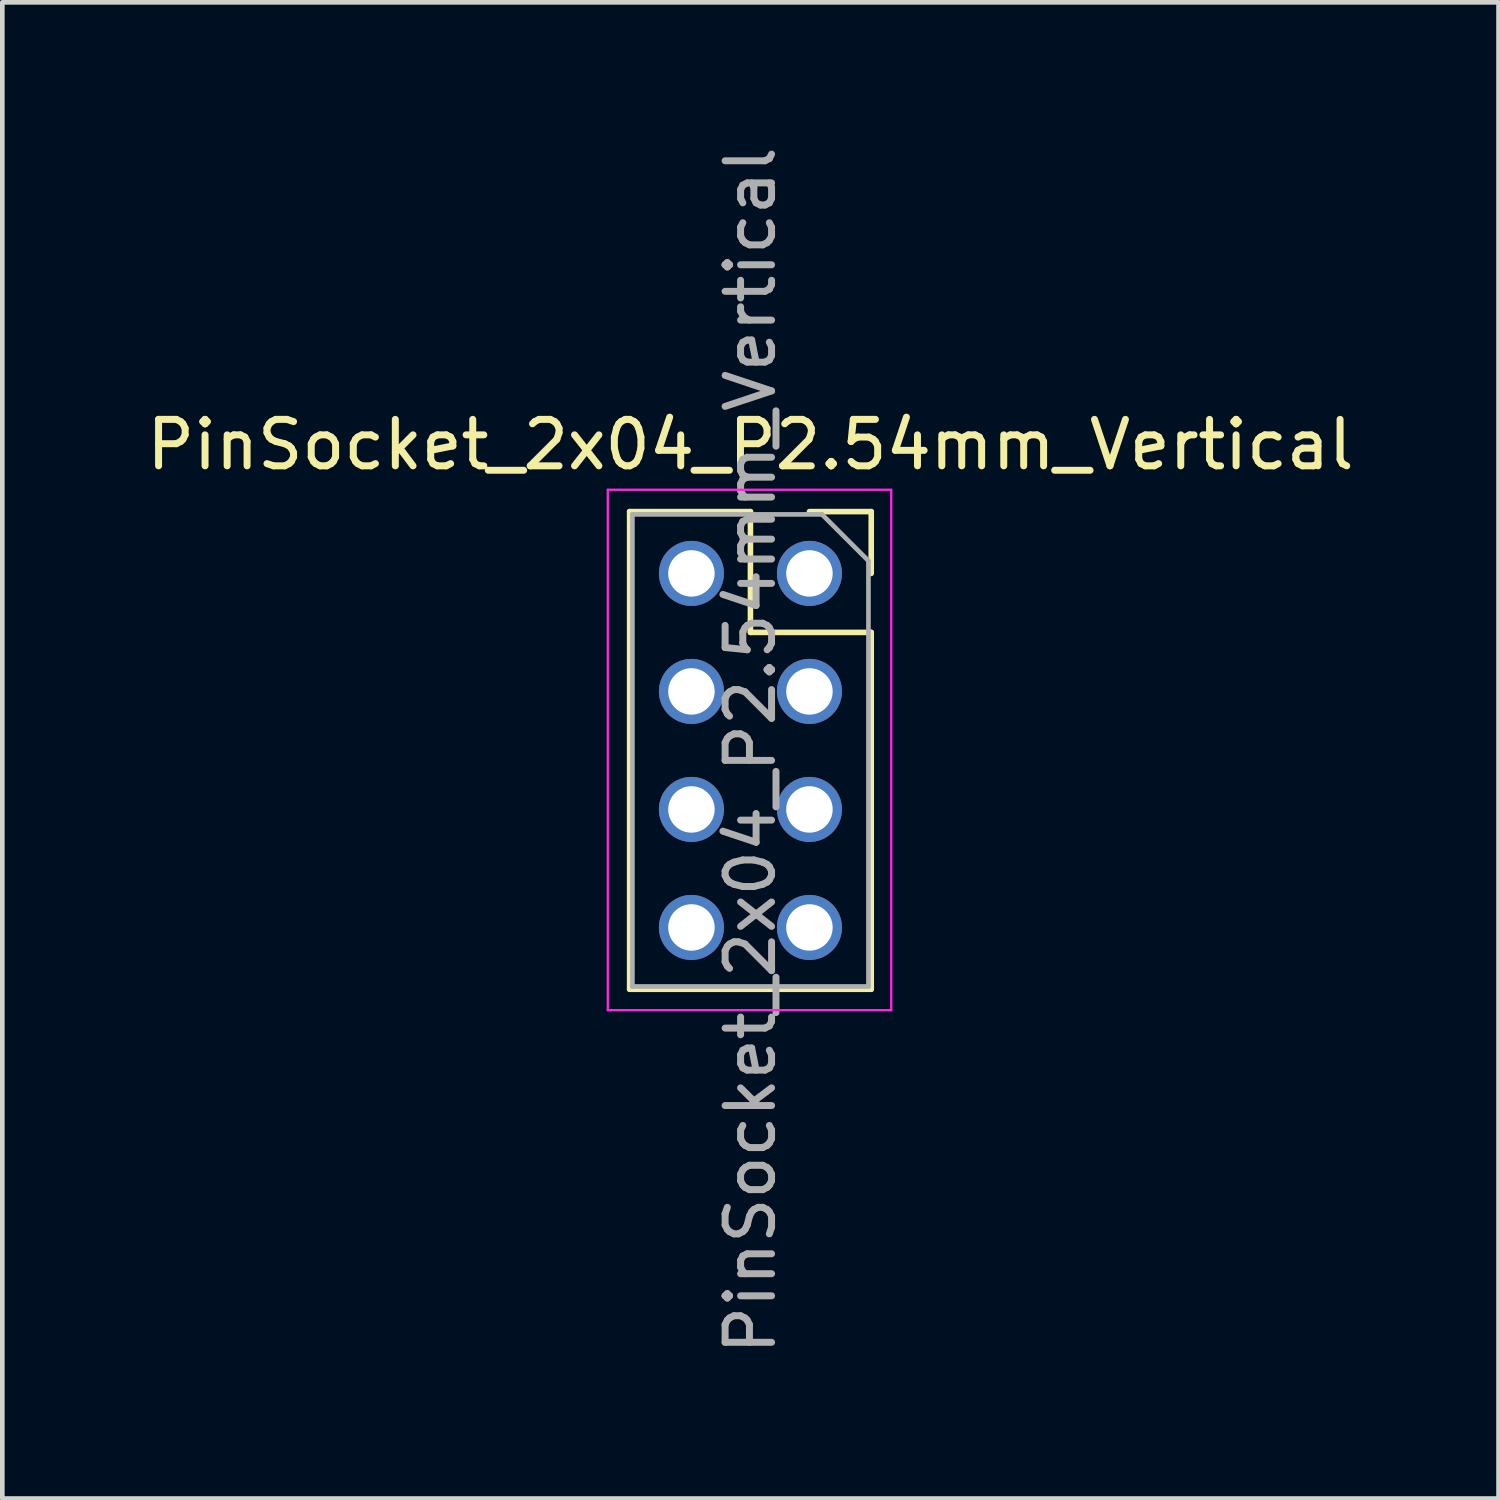
<source format=kicad_pcb>
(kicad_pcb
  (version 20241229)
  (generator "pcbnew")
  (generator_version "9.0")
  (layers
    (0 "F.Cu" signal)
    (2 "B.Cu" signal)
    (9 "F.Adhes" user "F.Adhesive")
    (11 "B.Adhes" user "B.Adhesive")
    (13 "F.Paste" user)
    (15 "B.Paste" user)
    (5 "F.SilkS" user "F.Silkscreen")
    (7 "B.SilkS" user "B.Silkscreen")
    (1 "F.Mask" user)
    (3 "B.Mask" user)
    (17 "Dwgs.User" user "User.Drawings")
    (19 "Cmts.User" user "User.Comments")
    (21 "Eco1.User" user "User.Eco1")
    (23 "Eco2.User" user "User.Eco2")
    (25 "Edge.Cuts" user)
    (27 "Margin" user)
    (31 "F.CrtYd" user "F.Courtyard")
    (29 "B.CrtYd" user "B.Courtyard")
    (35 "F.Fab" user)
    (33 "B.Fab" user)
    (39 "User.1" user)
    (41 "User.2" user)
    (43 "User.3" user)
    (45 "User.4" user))
  (footprint "PinSocket_2x04_P2.54mm_Vertical"
    (layer "F.Cu")
    (at 14.371 9.291)
    (property "Reference" "PinSocket_2x04_P2.54mm_Vertical" (at -1.27 -2.77 0) (layer "F.SilkS") (effects (font (size 1 1) (thickness 0.15))))
    (attr through_hole)
    (fp_line (start -3.87 -1.33) (end -3.87 8.95) (stroke (width 0.12) (type solid)) (layer "F.SilkS"))
    (fp_line (start -3.87 -1.33) (end -1.27 -1.33) (stroke (width 0.12) (type solid)) (layer "F.SilkS"))
    (fp_line (start -3.87 8.95) (end 1.33 8.95) (stroke (width 0.12) (type solid)) (layer "F.SilkS"))
    (fp_line (start -1.27 -1.33) (end -1.27 1.27) (stroke (width 0.12) (type solid)) (layer "F.SilkS"))
    (fp_line (start -1.27 1.27) (end 1.33 1.27) (stroke (width 0.12) (type solid)) (layer "F.SilkS"))
    (fp_line (start 0 -1.33) (end 1.33 -1.33) (stroke (width 0.12) (type solid)) (layer "F.SilkS"))
    (fp_line (start 1.33 -1.33) (end 1.33 0) (stroke (width 0.12) (type solid)) (layer "F.SilkS"))
    (fp_line (start 1.33 1.27) (end 1.33 8.95) (stroke (width 0.12) (type solid)) (layer "F.SilkS"))
    (fp_line (start -4.34 -1.8) (end 1.76 -1.8) (stroke (width 0.05) (type solid)) (layer "F.CrtYd"))
    (fp_line (start -4.34 9.4) (end -4.34 -1.8) (stroke (width 0.05) (type solid)) (layer "F.CrtYd"))
    (fp_line (start 1.76 -1.8) (end 1.76 9.4) (stroke (width 0.05) (type solid)) (layer "F.CrtYd"))
    (fp_line (start 1.76 9.4) (end -4.34 9.4) (stroke (width 0.05) (type solid)) (layer "F.CrtYd"))
    (fp_line (start -3.81 -1.27) (end 0.27 -1.27) (stroke (width 0.1) (type solid)) (layer "F.Fab"))
    (fp_line (start -3.81 8.89) (end -3.81 -1.27) (stroke (width 0.1) (type solid)) (layer "F.Fab"))
    (fp_line (start 0.27 -1.27) (end 1.27 -0.27) (stroke (width 0.1) (type solid)) (layer "F.Fab"))
    (fp_line (start 1.27 -0.27) (end 1.27 8.89) (stroke (width 0.1) (type solid)) (layer "F.Fab"))
    (fp_line (start 1.27 8.89) (end -3.81 8.89) (stroke (width 0.1) (type solid)) (layer "F.Fab"))
    (fp_text user "${REFERENCE}" (at -1.27 3.81 90) (layer "F.Fab") (effects (font (size 1 1) (thickness 0.15))))
    (pad "1" thru_hole oval (at 0 0) (size 1.4 1.4) (drill 1) (layers "*.Cu" "*.Mask"))
    (pad "2" thru_hole oval (at -2.54 0) (size 1.4 1.4) (drill 1) (layers "*.Cu" "*.Mask"))
    (pad "3" thru_hole oval (at 0 2.54) (size 1.4 1.4) (drill 1) (layers "*.Cu" "*.Mask"))
    (pad "4" thru_hole oval (at -2.54 2.54) (size 1.4 1.4) (drill 1) (layers "*.Cu" "*.Mask"))
    (pad "5" thru_hole oval (at 0 5.08) (size 1.4 1.4) (drill 1) (layers "*.Cu" "*.Mask"))
    (pad "6" thru_hole oval (at -2.54 5.08) (size 1.4 1.4) (drill 1) (layers "*.Cu" "*.Mask"))
    (pad "7" thru_hole oval (at 0 7.62) (size 1.4 1.4) (drill 1) (layers "*.Cu" "*.Mask"))
    (pad "8" thru_hole oval (at -2.54 7.62) (size 1.4 1.4) (drill 1) (layers "*.Cu" "*.Mask")))
  (gr_rect
    (start -3 -3)
    (end 29.202 29.202)
    (stroke (width 0.1) (type default))
    (fill no)
    (layer "Edge.Cuts")))
</source>
